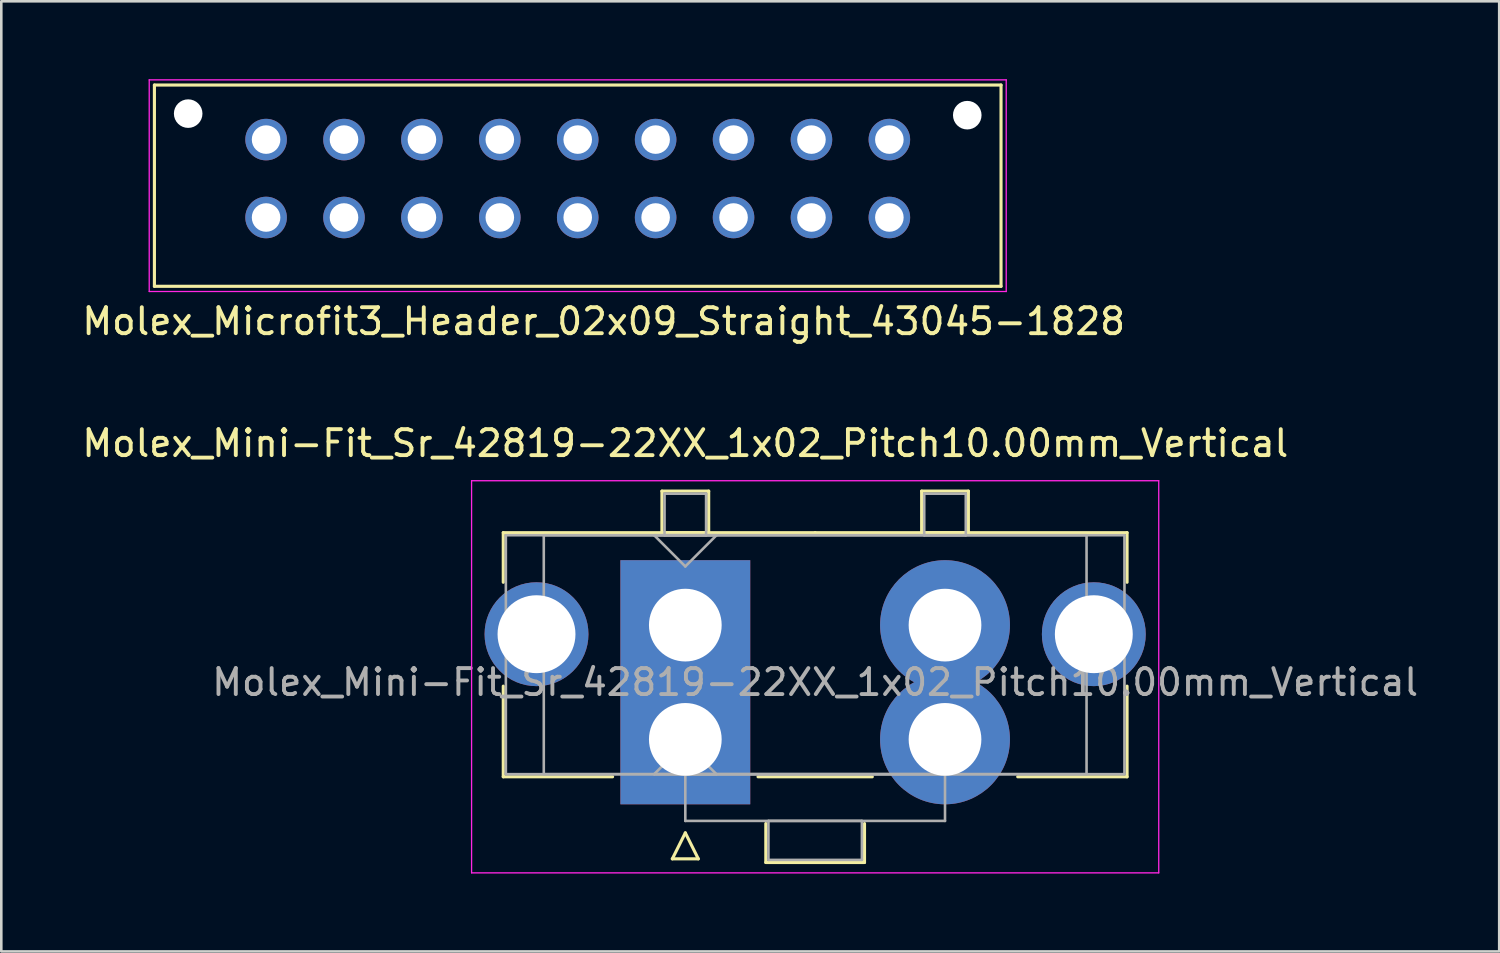
<source format=kicad_pcb>
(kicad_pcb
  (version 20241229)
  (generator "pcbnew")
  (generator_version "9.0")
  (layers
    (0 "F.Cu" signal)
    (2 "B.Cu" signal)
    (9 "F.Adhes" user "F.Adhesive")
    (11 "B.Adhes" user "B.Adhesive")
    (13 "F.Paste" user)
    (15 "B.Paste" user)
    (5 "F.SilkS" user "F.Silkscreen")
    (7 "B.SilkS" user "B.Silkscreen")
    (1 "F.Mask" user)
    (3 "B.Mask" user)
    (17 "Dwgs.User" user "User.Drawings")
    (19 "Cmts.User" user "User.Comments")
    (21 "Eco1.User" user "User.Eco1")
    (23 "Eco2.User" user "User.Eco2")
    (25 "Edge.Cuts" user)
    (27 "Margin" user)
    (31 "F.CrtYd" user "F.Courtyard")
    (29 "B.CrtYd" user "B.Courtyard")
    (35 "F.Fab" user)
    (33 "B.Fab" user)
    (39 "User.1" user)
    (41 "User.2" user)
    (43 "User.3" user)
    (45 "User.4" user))
  (footprint "Molex_Mini-Fit_Sr_42819-22XX_1x02_Pitch10.00mm_Vertical"
    (layer "F.Cu")
    (at 23.339 21.021)
    (property "Reference" "Molex_Mini-Fit_Sr_42819-22XX_1x02_Pitch10.00mm_Vertical" (at 0 -7 0) (layer "F.SilkS") (effects (font (size 1 1) (thickness 0.15))))
    (attr through_hole)
    (fp_line (start -7.01 -3.56) (end -7.01 -1.65) (stroke (width 0.12) (type solid)) (layer "F.SilkS"))
    (fp_line (start -7.01 2.35) (end -7.01 5.84) (stroke (width 0.12) (type solid)) (layer "F.SilkS"))
    (fp_line (start -7.01 5.84) (end -2.8 5.84) (stroke (width 0.12) (type solid)) (layer "F.SilkS"))
    (fp_line (start -0.9 -5.16) (end 0.9 -5.16) (stroke (width 0.12) (type solid)) (layer "F.SilkS"))
    (fp_line (start -0.9 -3.56) (end -0.9 -5.16) (stroke (width 0.12) (type solid)) (layer "F.SilkS"))
    (fp_line (start -0.5 9) (end 0 8) (stroke (width 0.12) (type solid)) (layer "F.SilkS"))
    (fp_line (start 0 8) (end 0.5 9) (stroke (width 0.12) (type solid)) (layer "F.SilkS"))
    (fp_line (start 0.5 9) (end -0.5 9) (stroke (width 0.12) (type solid)) (layer "F.SilkS"))
    (fp_line (start 0.9 -5.16) (end 0.9 -3.56) (stroke (width 0.12) (type solid)) (layer "F.SilkS"))
    (fp_line (start 0.9 -3.56) (end -0.9 -3.56) (stroke (width 0.12) (type solid)) (layer "F.SilkS"))
    (fp_line (start 2.8 5.84) (end 7.2 5.84) (stroke (width 0.12) (type solid)) (layer "F.SilkS"))
    (fp_line (start 3.1 7.64) (end 3.1 9.14) (stroke (width 0.12) (type solid)) (layer "F.SilkS"))
    (fp_line (start 3.1 9.14) (end 6.9 9.14) (stroke (width 0.12) (type solid)) (layer "F.SilkS"))
    (fp_line (start 5 -3.56) (end -7.01 -3.56) (stroke (width 0.12) (type solid)) (layer "F.SilkS"))
    (fp_line (start 5 -3.56) (end 17.01 -3.56) (stroke (width 0.12) (type solid)) (layer "F.SilkS"))
    (fp_line (start 6.9 9.14) (end 6.9 7.64) (stroke (width 0.12) (type solid)) (layer "F.SilkS"))
    (fp_line (start 9.1 -5.16) (end 10.9 -5.16) (stroke (width 0.12) (type solid)) (layer "F.SilkS"))
    (fp_line (start 9.1 -3.56) (end 9.1 -5.16) (stroke (width 0.12) (type solid)) (layer "F.SilkS"))
    (fp_line (start 10.9 -5.16) (end 10.9 -3.56) (stroke (width 0.12) (type solid)) (layer "F.SilkS"))
    (fp_line (start 10.9 -3.56) (end 9.1 -3.56) (stroke (width 0.12) (type solid)) (layer "F.SilkS"))
    (fp_line (start 17.01 -3.56) (end 17.01 -1.65) (stroke (width 0.12) (type solid)) (layer "F.SilkS"))
    (fp_line (start 17.01 2.35) (end 17.01 5.84) (stroke (width 0.12) (type solid)) (layer "F.SilkS"))
    (fp_line (start 17.01 5.84) (end 12.8 5.84) (stroke (width 0.12) (type solid)) (layer "F.SilkS"))
    (fp_line (start -8.23 -5.56) (end -8.23 9.54) (stroke (width 0.05) (type solid)) (layer "F.CrtYd"))
    (fp_line (start -8.23 9.54) (end 18.23 9.54) (stroke (width 0.05) (type solid)) (layer "F.CrtYd"))
    (fp_line (start 18.23 -5.56) (end -8.23 -5.56) (stroke (width 0.05) (type solid)) (layer "F.CrtYd"))
    (fp_line (start 18.23 9.54) (end 18.23 -5.56) (stroke (width 0.05) (type solid)) (layer "F.CrtYd"))
    (fp_line (start -6.91 -3.46) (end -6.91 5.74) (stroke (width 0.1) (type solid)) (layer "F.Fab"))
    (fp_line (start -6.91 5.74) (end 16.91 5.74) (stroke (width 0.1) (type solid)) (layer "F.Fab"))
    (fp_line (start -5.45 -3.46) (end -5.45 5.74) (stroke (width 0.1) (type solid)) (layer "F.Fab"))
    (fp_line (start -5.45 5.74) (end 15.45 5.74) (stroke (width 0.1) (type solid)) (layer "F.Fab"))
    (fp_line (start -1.2 -3.46) (end 0 -2.26) (stroke (width 0.1) (type solid)) (layer "F.Fab"))
    (fp_line (start -1.2 5.74) (end 0 4.54) (stroke (width 0.1) (type solid)) (layer "F.Fab"))
    (fp_line (start -0.8 -5.06) (end 0.8 -5.06) (stroke (width 0.1) (type solid)) (layer "F.Fab"))
    (fp_line (start -0.8 -3.46) (end -0.8 -5.06) (stroke (width 0.1) (type solid)) (layer "F.Fab"))
    (fp_line (start 0 -2.26) (end 1.2 -3.46) (stroke (width 0.1) (type solid)) (layer "F.Fab"))
    (fp_line (start 0 4.54) (end 1.2 5.74) (stroke (width 0.1) (type solid)) (layer "F.Fab"))
    (fp_line (start 0 5.74) (end 0 7.54) (stroke (width 0.1) (type solid)) (layer "F.Fab"))
    (fp_line (start 0 7.54) (end 10 7.54) (stroke (width 0.1) (type solid)) (layer "F.Fab"))
    (fp_line (start 0.8 -5.06) (end 0.8 -3.46) (stroke (width 0.1) (type solid)) (layer "F.Fab"))
    (fp_line (start 0.8 -3.46) (end -0.8 -3.46) (stroke (width 0.1) (type solid)) (layer "F.Fab"))
    (fp_line (start 1.2 -3.46) (end -1.2 -3.46) (stroke (width 0.1) (type solid)) (layer "F.Fab"))
    (fp_line (start 1.2 5.74) (end -1.2 5.74) (stroke (width 0.1) (type solid)) (layer "F.Fab"))
    (fp_line (start 3.2 7.54) (end 3.2 9.04) (stroke (width 0.1) (type solid)) (layer "F.Fab"))
    (fp_line (start 3.2 9.04) (end 6.8 9.04) (stroke (width 0.1) (type solid)) (layer "F.Fab"))
    (fp_line (start 6.8 7.54) (end 3.2 7.54) (stroke (width 0.1) (type solid)) (layer "F.Fab"))
    (fp_line (start 6.8 9.04) (end 6.8 7.54) (stroke (width 0.1) (type solid)) (layer "F.Fab"))
    (fp_line (start 9.2 -5.06) (end 10.8 -5.06) (stroke (width 0.1) (type solid)) (layer "F.Fab"))
    (fp_line (start 9.2 -3.46) (end 9.2 -5.06) (stroke (width 0.1) (type solid)) (layer "F.Fab"))
    (fp_line (start 10 5.74) (end 0 5.74) (stroke (width 0.1) (type solid)) (layer "F.Fab"))
    (fp_line (start 10 7.54) (end 10 5.74) (stroke (width 0.1) (type solid)) (layer "F.Fab"))
    (fp_line (start 10.8 -5.06) (end 10.8 -3.46) (stroke (width 0.1) (type solid)) (layer "F.Fab"))
    (fp_line (start 10.8 -3.46) (end 9.2 -3.46) (stroke (width 0.1) (type solid)) (layer "F.Fab"))
    (fp_line (start 15.45 -3.46) (end -5.45 -3.46) (stroke (width 0.1) (type solid)) (layer "F.Fab"))
    (fp_line (start 15.45 5.74) (end 15.45 -3.46) (stroke (width 0.1) (type solid)) (layer "F.Fab"))
    (fp_line (start 16.91 -3.46) (end -6.91 -3.46) (stroke (width 0.1) (type solid)) (layer "F.Fab"))
    (fp_line (start 16.91 5.74) (end 16.91 -3.46) (stroke (width 0.1) (type solid)) (layer "F.Fab"))
    (fp_text user "${REFERENCE}" (at 5 2.2 0) (layer "F.Fab") (effects (font (size 1 1) (thickness 0.15))))
    (pad "" thru_hole circle (at -5.73 0.35) (size 4 4) (drill 3) (layers "*.Cu" "*.Mask"))
    (pad "" thru_hole circle (at 15.73 0.35) (size 4 4) (drill 3) (layers "*.Cu" "*.Mask"))
    (pad "1" thru_hole rect (at 0 0) (size 5 5) (drill 2.8) (layers "*.Cu" "*.Mask"))
    (pad "1" thru_hole rect (at 0 4.4) (size 5 5) (drill 2.8) (layers "*.Cu" "*.Mask"))
    (pad "2" thru_hole circle (at 10 0) (size 5 5) (drill 2.8) (layers "*.Cu" "*.Mask"))
    (pad "2" thru_hole circle (at 10 4.4) (size 5 5) (drill 2.8) (layers "*.Cu" "*.Mask")))
  (footprint "Molex_Microfit3_Header_02x09_Straight_43045-1828"
    (layer "F.Cu")
    (at 31.196 5.325)
    (property "Reference" "Molex_Microfit3_Header_02x09_Straight_43045-1828" (at -11 4 0) (layer "F.SilkS") (effects (font (size 1 1) (thickness 0.15))))
    (attr through_hole)
    (fp_line (start -28.3 2.65) (end -28.3 -5.1) (stroke (width 0.12) (type solid)) (layer "F.SilkS"))
    (fp_line (start 4.3 -5.1) (end -28.3 -5.1) (stroke (width 0.12) (type solid)) (layer "F.SilkS"))
    (fp_line (start 4.3 2.65) (end -28.3 2.65) (stroke (width 0.12) (type solid)) (layer "F.SilkS"))
    (fp_line (start 4.3 2.65) (end 4.3 -5.1) (stroke (width 0.12) (type solid)) (layer "F.SilkS"))
    (fp_line (start -28.5 2.85) (end -28.5 -5.3) (stroke (width 0.05) (type solid)) (layer "F.CrtYd"))
    (fp_line (start 4.5 -5.3) (end -28.5 -5.3) (stroke (width 0.05) (type solid)) (layer "F.CrtYd"))
    (fp_line (start 4.5 2.85) (end -28.5 2.85) (stroke (width 0.05) (type solid)) (layer "F.CrtYd"))
    (fp_line (start 4.5 2.85) (end 4.5 -5.3) (stroke (width 0.05) (type solid)) (layer "F.CrtYd"))
    (pad "" np_thru_hole circle (at -27 -4) (size 1.1 1.1) (drill 1.1) (layers "*.Cu" "*.Mask"))
    (pad "" np_thru_hole circle (at 3 -3.94) (size 1.1 1.1) (drill 1.1) (layers "*.Cu" "*.Mask"))
    (pad "1" thru_hole circle (at 0 0) (size 1.6 1.6) (drill 1.1) (layers "*.Cu" "*.Mask"))
    (pad "2" thru_hole circle (at -3 0) (size 1.6 1.6) (drill 1.1) (layers "*.Cu" "*.Mask"))
    (pad "3" thru_hole circle (at -6 0) (size 1.6 1.6) (drill 1.1) (layers "*.Cu" "*.Mask"))
    (pad "4" thru_hole circle (at -9 0) (size 1.6 1.6) (drill 1.1) (layers "*.Cu" "*.Mask"))
    (pad "5" thru_hole circle (at -12 0) (size 1.6 1.6) (drill 1.1) (layers "*.Cu" "*.Mask"))
    (pad "6" thru_hole circle (at -15 0) (size 1.6 1.6) (drill 1.1) (layers "*.Cu" "*.Mask"))
    (pad "7" thru_hole circle (at -18 0) (size 1.6 1.6) (drill 1.1) (layers "*.Cu" "*.Mask"))
    (pad "8" thru_hole circle (at -21 0) (size 1.6 1.6) (drill 1.1) (layers "*.Cu" "*.Mask"))
    (pad "9" thru_hole circle (at -24 0) (size 1.6 1.6) (drill 1.1) (layers "*.Cu" "*.Mask"))
    (pad "10" thru_hole circle (at 0 -3) (size 1.6 1.6) (drill 1.1) (layers "*.Cu" "*.Mask"))
    (pad "11" thru_hole circle (at -3 -3) (size 1.6 1.6) (drill 1.1) (layers "*.Cu" "*.Mask"))
    (pad "12" thru_hole circle (at -6 -3) (size 1.6 1.6) (drill 1.1) (layers "*.Cu" "*.Mask"))
    (pad "13" thru_hole circle (at -9 -3) (size 1.6 1.6) (drill 1.1) (layers "*.Cu" "*.Mask"))
    (pad "14" thru_hole circle (at -12 -3) (size 1.6 1.6) (drill 1.1) (layers "*.Cu" "*.Mask"))
    (pad "15" thru_hole circle (at -15 -3) (size 1.6 1.6) (drill 1.1) (layers "*.Cu" "*.Mask"))
    (pad "16" thru_hole circle (at -18 -3) (size 1.6 1.6) (drill 1.1) (layers "*.Cu" "*.Mask"))
    (pad "17" thru_hole circle (at -21 -3) (size 1.6 1.6) (drill 1.1) (layers "*.Cu" "*.Mask"))
    (pad "18" thru_hole circle (at -24 -3) (size 1.6 1.6) (drill 1.1) (layers "*.Cu" "*.Mask")))
  (gr_rect
    (start -3 -3)
    (end 54.679 33.587)
    (stroke (width 0.1) (type default))
    (fill no)
    (layer "Edge.Cuts")))
</source>
